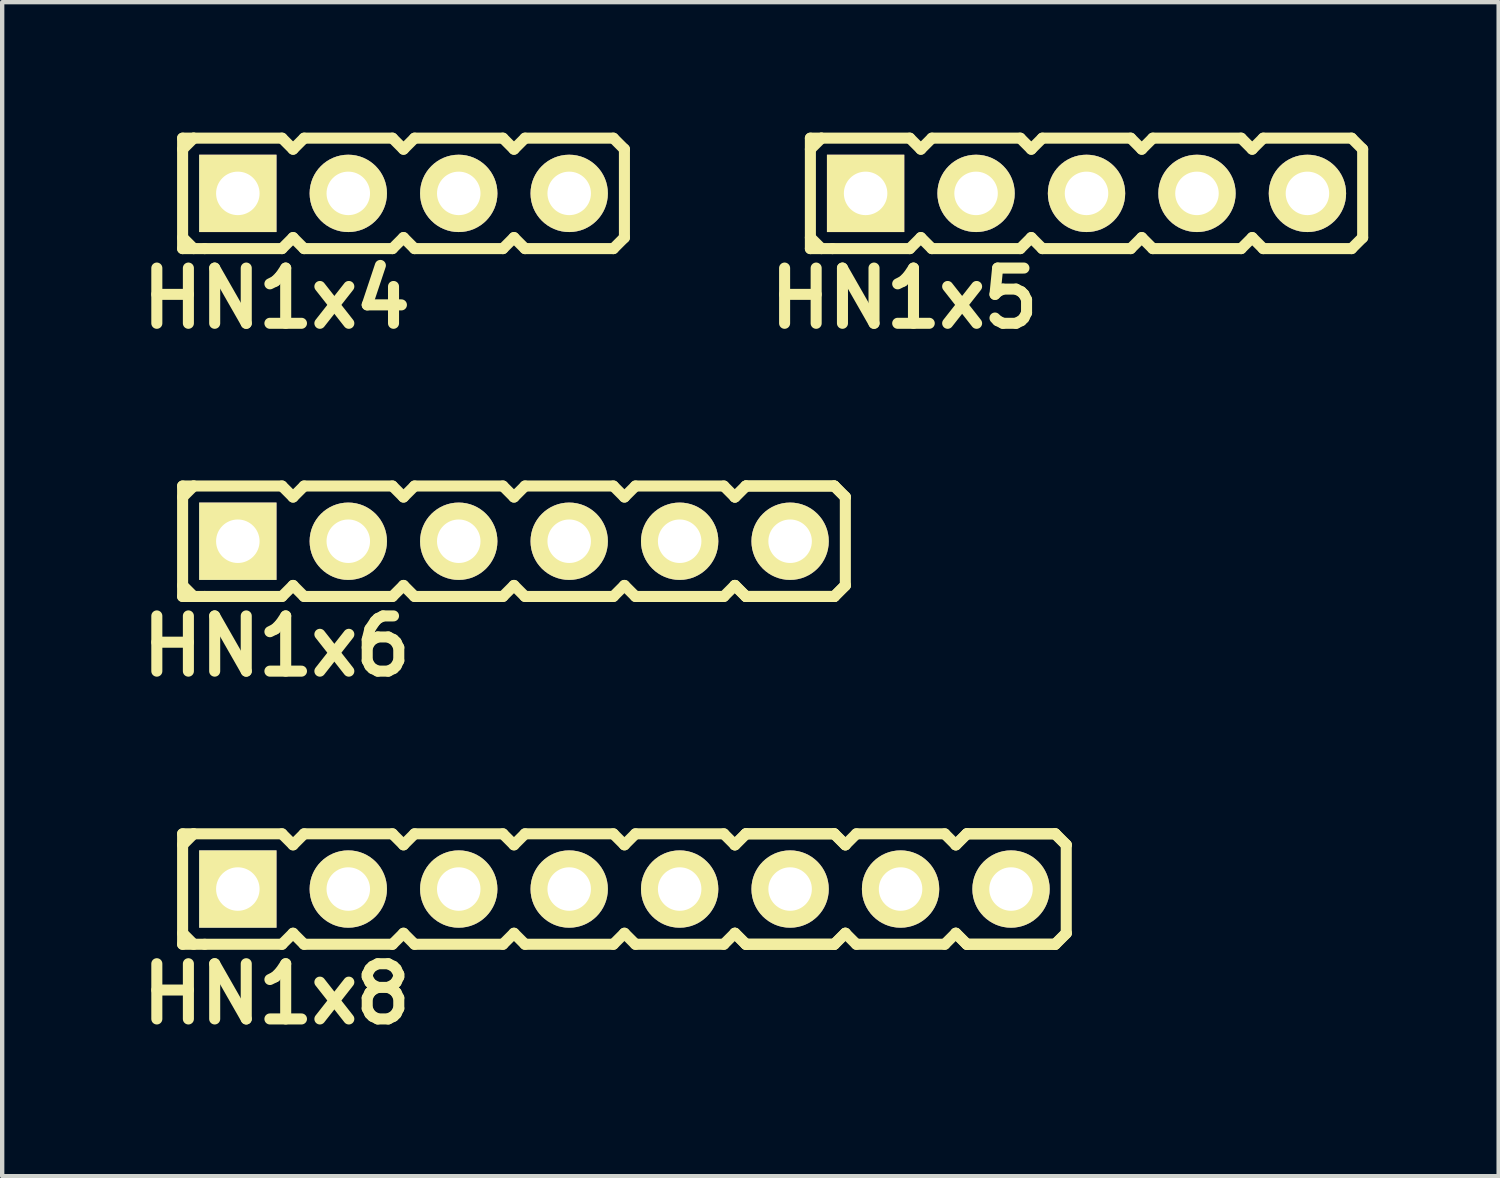
<source format=kicad_pcb>
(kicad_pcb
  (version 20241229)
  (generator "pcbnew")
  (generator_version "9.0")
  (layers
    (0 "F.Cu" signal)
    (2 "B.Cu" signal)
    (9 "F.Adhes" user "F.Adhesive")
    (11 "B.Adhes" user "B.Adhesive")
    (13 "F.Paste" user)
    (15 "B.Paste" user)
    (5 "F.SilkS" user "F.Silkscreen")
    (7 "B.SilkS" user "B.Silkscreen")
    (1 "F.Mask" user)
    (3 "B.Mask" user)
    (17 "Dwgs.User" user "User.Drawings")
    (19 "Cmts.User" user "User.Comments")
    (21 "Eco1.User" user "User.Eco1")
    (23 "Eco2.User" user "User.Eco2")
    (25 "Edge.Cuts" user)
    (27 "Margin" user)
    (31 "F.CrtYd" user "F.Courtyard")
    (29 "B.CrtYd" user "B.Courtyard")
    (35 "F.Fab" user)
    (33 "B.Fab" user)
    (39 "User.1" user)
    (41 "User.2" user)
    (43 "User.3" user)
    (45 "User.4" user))
  (footprint "HN1x4"
    (layer "F.Cu")
    (at 6.229 1.397)
    (property "Reference" "HN1x4" (at -2.921 2.413 0) (layer "F.SilkS") (effects (font (size 1.27 1.27) (thickness 0.254))))
    (attr smd)
    (fp_line (start -5.08 -1.27) (end -5.08 1.27) (stroke (width 0.254) (type solid)) (layer "F.SilkS"))
    (fp_line (start -5.08 -1.27) (end -4.826 -1.27) (stroke (width 0.254) (type solid)) (layer "F.SilkS"))
    (fp_line (start -5.08 -1.016) (end -4.826 -1.27) (stroke (width 0.254) (type solid)) (layer "F.SilkS"))
    (fp_line (start -4.826 -1.27) (end -2.794 -1.27) (stroke (width 0.254) (type solid)) (layer "F.SilkS"))
    (fp_line (start -4.826 1.27) (end -5.08 1.016) (stroke (width 0.254) (type solid)) (layer "F.SilkS"))
    (fp_line (start -4.572 1.27) (end -5.08 1.27) (stroke (width 0.254) (type solid)) (layer "F.SilkS"))
    (fp_line (start -2.794 -1.27) (end -2.54 -1.016) (stroke (width 0.254) (type solid)) (layer "F.SilkS"))
    (fp_line (start -2.794 1.27) (end -4.572 1.27) (stroke (width 0.254) (type solid)) (layer "F.SilkS"))
    (fp_line (start -2.54 -1.016) (end -2.286 -1.27) (stroke (width 0.254) (type solid)) (layer "F.SilkS"))
    (fp_line (start -2.54 1.016) (end -2.794 1.27) (stroke (width 0.254) (type solid)) (layer "F.SilkS"))
    (fp_line (start -2.286 -1.27) (end -0.254 -1.27) (stroke (width 0.254) (type solid)) (layer "F.SilkS"))
    (fp_line (start -2.286 1.27) (end -2.54 1.016) (stroke (width 0.254) (type solid)) (layer "F.SilkS"))
    (fp_line (start -0.254 -1.27) (end 0 -1.016) (stroke (width 0.254) (type solid)) (layer "F.SilkS"))
    (fp_line (start -0.254 1.27) (end -2.286 1.27) (stroke (width 0.254) (type solid)) (layer "F.SilkS"))
    (fp_line (start -0.254 1.27) (end 0 1.016) (stroke (width 0.254) (type solid)) (layer "F.SilkS"))
    (fp_line (start 0 -1.016) (end 0.254 -1.27) (stroke (width 0.254) (type solid)) (layer "F.SilkS"))
    (fp_line (start 0 1.016) (end 0.254 1.27) (stroke (width 0.254) (type solid)) (layer "F.SilkS"))
    (fp_line (start 0.254 -1.27) (end 2.286 -1.27) (stroke (width 0.254) (type solid)) (layer "F.SilkS"))
    (fp_line (start 2.286 -1.27) (end 2.54 -1.016) (stroke (width 0.254) (type solid)) (layer "F.SilkS"))
    (fp_line (start 2.286 1.27) (end 0.254 1.27) (stroke (width 0.254) (type solid)) (layer "F.SilkS"))
    (fp_line (start 2.54 -1.016) (end 2.794 -1.27) (stroke (width 0.254) (type solid)) (layer "F.SilkS"))
    (fp_line (start 2.54 1.016) (end 2.286 1.27) (stroke (width 0.254) (type solid)) (layer "F.SilkS"))
    (fp_line (start 2.794 -1.27) (end 4.826 -1.27) (stroke (width 0.254) (type solid)) (layer "F.SilkS"))
    (fp_line (start 2.794 1.27) (end 2.54 1.016) (stroke (width 0.254) (type solid)) (layer "F.SilkS"))
    (fp_line (start 4.826 -1.27) (end 5.08 -1.016) (stroke (width 0.254) (type solid)) (layer "F.SilkS"))
    (fp_line (start 4.826 1.27) (end 2.794 1.27) (stroke (width 0.254) (type solid)) (layer "F.SilkS"))
    (fp_line (start 5.08 -1.016) (end 5.08 1.016) (stroke (width 0.254) (type solid)) (layer "F.SilkS"))
    (fp_line (start 5.08 1.016) (end 4.826 1.27) (stroke (width 0.254) (type solid)) (layer "F.SilkS"))
    (pad "1" thru_hole rect (at -3.81 0) (size 1.778 1.778) (drill 1) (layers "*.Cu" "*.Mask" "F.SilkS" "B.Adhes"))
    (pad "2" thru_hole circle (at -1.27 0) (size 1.778 1.778) (drill 1) (layers "*.Cu" "*.Mask" "F.SilkS" "B.Adhes"))
    (pad "3" thru_hole circle (at 1.27 0) (size 1.778 1.778) (drill 1) (layers "*.Cu" "*.Mask" "F.SilkS" "B.Adhes"))
    (pad "4" thru_hole circle (at 3.81 0) (size 1.778 1.778) (drill 1) (layers "*.Cu" "*.Mask" "F.SilkS" "B.Adhes")))
  (footprint "HN1x5"
    (layer "F.Cu")
    (at 21.935 1.397)
    (property "Reference" "HN1x5" (at -4.191 2.413 0) (layer "F.SilkS") (effects (font (size 1.27 1.27) (thickness 0.254))))
    (attr smd)
    (fp_line (start -6.35 -1.27) (end -6.35 1.27) (stroke (width 0.254) (type solid)) (layer "F.SilkS"))
    (fp_line (start -6.35 -1.27) (end -6.096 -1.27) (stroke (width 0.254) (type solid)) (layer "F.SilkS"))
    (fp_line (start -6.35 -1.016) (end -6.096 -1.27) (stroke (width 0.254) (type solid)) (layer "F.SilkS"))
    (fp_line (start -6.096 -1.27) (end -4.064 -1.27) (stroke (width 0.254) (type solid)) (layer "F.SilkS"))
    (fp_line (start -6.096 1.27) (end -6.35 1.016) (stroke (width 0.254) (type solid)) (layer "F.SilkS"))
    (fp_line (start -5.842 1.27) (end -6.35 1.27) (stroke (width 0.254) (type solid)) (layer "F.SilkS"))
    (fp_line (start -4.064 -1.27) (end -3.81 -1.016) (stroke (width 0.254) (type solid)) (layer "F.SilkS"))
    (fp_line (start -4.064 1.27) (end -5.842 1.27) (stroke (width 0.254) (type solid)) (layer "F.SilkS"))
    (fp_line (start -3.81 -1.016) (end -3.556 -1.27) (stroke (width 0.254) (type solid)) (layer "F.SilkS"))
    (fp_line (start -3.81 1.016) (end -4.064 1.27) (stroke (width 0.254) (type solid)) (layer "F.SilkS"))
    (fp_line (start -3.556 -1.27) (end -1.524 -1.27) (stroke (width 0.254) (type solid)) (layer "F.SilkS"))
    (fp_line (start -3.556 1.27) (end -3.81 1.016) (stroke (width 0.254) (type solid)) (layer "F.SilkS"))
    (fp_line (start -1.524 -1.27) (end -1.27 -1.016) (stroke (width 0.254) (type solid)) (layer "F.SilkS"))
    (fp_line (start -1.524 1.27) (end -3.556 1.27) (stroke (width 0.254) (type solid)) (layer "F.SilkS"))
    (fp_line (start -1.524 1.27) (end -1.27 1.016) (stroke (width 0.254) (type solid)) (layer "F.SilkS"))
    (fp_line (start -1.27 -1.016) (end -1.016 -1.27) (stroke (width 0.254) (type solid)) (layer "F.SilkS"))
    (fp_line (start -1.27 1.016) (end -1.016 1.27) (stroke (width 0.254) (type solid)) (layer "F.SilkS"))
    (fp_line (start -1.016 -1.27) (end 1.016 -1.27) (stroke (width 0.254) (type solid)) (layer "F.SilkS"))
    (fp_line (start 1.016 -1.27) (end 1.27 -1.016) (stroke (width 0.254) (type solid)) (layer "F.SilkS"))
    (fp_line (start 1.016 1.27) (end -1.016 1.27) (stroke (width 0.254) (type solid)) (layer "F.SilkS"))
    (fp_line (start 1.27 -1.016) (end 1.524 -1.27) (stroke (width 0.254) (type solid)) (layer "F.SilkS"))
    (fp_line (start 1.27 1.016) (end 1.016 1.27) (stroke (width 0.254) (type solid)) (layer "F.SilkS"))
    (fp_line (start 1.524 -1.27) (end 3.556 -1.27) (stroke (width 0.254) (type solid)) (layer "F.SilkS"))
    (fp_line (start 1.524 1.27) (end 1.27 1.016) (stroke (width 0.254) (type solid)) (layer "F.SilkS"))
    (fp_line (start 3.556 -1.27) (end 3.81 -1.016) (stroke (width 0.254) (type solid)) (layer "F.SilkS"))
    (fp_line (start 3.556 1.27) (end 1.524 1.27) (stroke (width 0.254) (type solid)) (layer "F.SilkS"))
    (fp_line (start 3.81 -1.016) (end 4.064 -1.27) (stroke (width 0.254) (type solid)) (layer "F.SilkS"))
    (fp_line (start 3.81 1.016) (end 3.556 1.27) (stroke (width 0.254) (type solid)) (layer "F.SilkS"))
    (fp_line (start 4.064 -1.27) (end 6.096 -1.27) (stroke (width 0.254) (type solid)) (layer "F.SilkS"))
    (fp_line (start 4.064 1.27) (end 3.81 1.016) (stroke (width 0.254) (type solid)) (layer "F.SilkS"))
    (fp_line (start 6.096 -1.27) (end 6.35 -1.016) (stroke (width 0.254) (type solid)) (layer "F.SilkS"))
    (fp_line (start 6.096 1.27) (end 4.064 1.27) (stroke (width 0.254) (type solid)) (layer "F.SilkS"))
    (fp_line (start 6.35 -1.016) (end 6.35 1.016) (stroke (width 0.254) (type solid)) (layer "F.SilkS"))
    (fp_line (start 6.35 1.016) (end 6.096 1.27) (stroke (width 0.254) (type solid)) (layer "F.SilkS"))
    (pad "1" thru_hole rect (at -5.08 0) (size 1.778 1.778) (drill 1) (layers "*.Cu" "*.Mask" "F.SilkS" "B.Adhes"))
    (pad "2" thru_hole circle (at -2.54 0) (size 1.778 1.778) (drill 1) (layers "*.Cu" "*.Mask" "F.SilkS" "B.Adhes"))
    (pad "3" thru_hole circle (at 0 0) (size 1.778 1.778) (drill 1) (layers "*.Cu" "*.Mask" "F.SilkS" "B.Adhes"))
    (pad "4" thru_hole circle (at 2.54 0) (size 1.778 1.778) (drill 1) (layers "*.Cu" "*.Mask" "F.SilkS" "B.Adhes"))
    (pad "5" thru_hole circle (at 5.08 0) (size 1.778 1.778) (drill 1) (layers "*.Cu" "*.Mask" "F.SilkS" "B.Adhes")))
  (footprint "HN1x8"
    (layer "F.Cu")
    (at 11.309 17.394)
    (property "Reference" "HN1x8" (at -8.001 2.413 0) (layer "F.SilkS") (effects (font (size 1.27 1.27) (thickness 0.254))))
    (attr smd)
    (fp_line (start -10.16 -1.27) (end -10.16 1.27) (stroke (width 0.254) (type solid)) (layer "F.SilkS"))
    (fp_line (start -10.16 -1.27) (end -9.906 -1.27) (stroke (width 0.254) (type solid)) (layer "F.SilkS"))
    (fp_line (start -10.16 -1.016) (end -9.906 -1.27) (stroke (width 0.254) (type solid)) (layer "F.SilkS"))
    (fp_line (start -9.906 -1.27) (end -7.874 -1.27) (stroke (width 0.254) (type solid)) (layer "F.SilkS"))
    (fp_line (start -9.906 1.27) (end -10.16 1.016) (stroke (width 0.254) (type solid)) (layer "F.SilkS"))
    (fp_line (start -9.652 1.27) (end -10.16 1.27) (stroke (width 0.254) (type solid)) (layer "F.SilkS"))
    (fp_line (start -7.874 -1.27) (end -7.62 -1.016) (stroke (width 0.254) (type solid)) (layer "F.SilkS"))
    (fp_line (start -7.874 1.27) (end -9.652 1.27) (stroke (width 0.254) (type solid)) (layer "F.SilkS"))
    (fp_line (start -7.62 -1.016) (end -7.366 -1.27) (stroke (width 0.254) (type solid)) (layer "F.SilkS"))
    (fp_line (start -7.62 1.016) (end -7.874 1.27) (stroke (width 0.254) (type solid)) (layer "F.SilkS"))
    (fp_line (start -7.366 -1.27) (end -5.334 -1.27) (stroke (width 0.254) (type solid)) (layer "F.SilkS"))
    (fp_line (start -7.366 1.27) (end -7.62 1.016) (stroke (width 0.254) (type solid)) (layer "F.SilkS"))
    (fp_line (start -5.334 -1.27) (end -5.08 -1.016) (stroke (width 0.254) (type solid)) (layer "F.SilkS"))
    (fp_line (start -5.334 1.27) (end -7.366 1.27) (stroke (width 0.254) (type solid)) (layer "F.SilkS"))
    (fp_line (start -5.334 1.27) (end -5.08 1.016) (stroke (width 0.254) (type solid)) (layer "F.SilkS"))
    (fp_line (start -5.08 -1.016) (end -4.826 -1.27) (stroke (width 0.254) (type solid)) (layer "F.SilkS"))
    (fp_line (start -5.08 1.016) (end -4.826 1.27) (stroke (width 0.254) (type solid)) (layer "F.SilkS"))
    (fp_line (start -4.826 -1.27) (end -2.794 -1.27) (stroke (width 0.254) (type solid)) (layer "F.SilkS"))
    (fp_line (start -2.794 -1.27) (end -2.54 -1.016) (stroke (width 0.254) (type solid)) (layer "F.SilkS"))
    (fp_line (start -2.794 1.27) (end -4.826 1.27) (stroke (width 0.254) (type solid)) (layer "F.SilkS"))
    (fp_line (start -2.54 -1.016) (end -2.286 -1.27) (stroke (width 0.254) (type solid)) (layer "F.SilkS"))
    (fp_line (start -2.54 1.016) (end -2.794 1.27) (stroke (width 0.254) (type solid)) (layer "F.SilkS"))
    (fp_line (start -2.286 -1.27) (end -0.254 -1.27) (stroke (width 0.254) (type solid)) (layer "F.SilkS"))
    (fp_line (start -2.286 1.27) (end -2.54 1.016) (stroke (width 0.254) (type solid)) (layer "F.SilkS"))
    (fp_line (start -0.254 -1.27) (end 0 -1.016) (stroke (width 0.254) (type solid)) (layer "F.SilkS"))
    (fp_line (start -0.254 1.27) (end -2.286 1.27) (stroke (width 0.254) (type solid)) (layer "F.SilkS"))
    (fp_line (start 0 -1.016) (end 0.254 -1.27) (stroke (width 0.254) (type solid)) (layer "F.SilkS"))
    (fp_line (start 0 1.016) (end -0.254 1.27) (stroke (width 0.254) (type solid)) (layer "F.SilkS"))
    (fp_line (start 0.254 -1.27) (end 2.286 -1.27) (stroke (width 0.254) (type solid)) (layer "F.SilkS"))
    (fp_line (start 0.254 1.27) (end 0 1.016) (stroke (width 0.254) (type solid)) (layer "F.SilkS"))
    (fp_line (start 2.286 -1.27) (end 2.54 -1.016) (stroke (width 0.254) (type solid)) (layer "F.SilkS"))
    (fp_line (start 2.286 1.27) (end 0.254 1.27) (stroke (width 0.254) (type solid)) (layer "F.SilkS"))
    (fp_line (start 2.54 -1.016) (end 2.794 -1.27) (stroke (width 0.254) (type solid)) (layer "F.SilkS"))
    (fp_line (start 2.54 -1.016) (end 2.794 -1.27) (stroke (width 0.254) (type solid)) (layer "F.SilkS"))
    (fp_line (start 2.54 1.016) (end 2.286 1.27) (stroke (width 0.254) (type solid)) (layer "F.SilkS"))
    (fp_line (start 2.794 -1.27) (end 4.826 -1.27) (stroke (width 0.254) (type solid)) (layer "F.SilkS"))
    (fp_line (start 2.794 -1.27) (end 4.826 -1.27) (stroke (width 0.254) (type solid)) (layer "F.SilkS"))
    (fp_line (start 2.794 1.27) (end 2.54 1.016) (stroke (width 0.254) (type solid)) (layer "F.SilkS"))
    (fp_line (start 2.794 1.27) (end 2.54 1.016) (stroke (width 0.254) (type solid)) (layer "F.SilkS"))
    (fp_line (start 4.826 -1.27) (end 5.08 -1.016) (stroke (width 0.254) (type solid)) (layer "F.SilkS"))
    (fp_line (start 4.826 -1.27) (end 5.08 -1.016) (stroke (width 0.254) (type solid)) (layer "F.SilkS"))
    (fp_line (start 4.826 1.27) (end 2.794 1.27) (stroke (width 0.254) (type solid)) (layer "F.SilkS"))
    (fp_line (start 4.826 1.27) (end 2.794 1.27) (stroke (width 0.254) (type solid)) (layer "F.SilkS"))
    (fp_line (start 5.08 -1.016) (end 5.334 -1.27) (stroke (width 0.254) (type solid)) (layer "F.SilkS"))
    (fp_line (start 5.08 1.016) (end 4.826 1.27) (stroke (width 0.254) (type solid)) (layer "F.SilkS"))
    (fp_line (start 5.08 1.016) (end 4.826 1.27) (stroke (width 0.254) (type solid)) (layer "F.SilkS"))
    (fp_line (start 5.334 -1.27) (end 7.366 -1.27) (stroke (width 0.254) (type solid)) (layer "F.SilkS"))
    (fp_line (start 5.334 1.27) (end 5.08 1.016) (stroke (width 0.254) (type solid)) (layer "F.SilkS"))
    (fp_line (start 7.366 -1.27) (end 7.62 -1.016) (stroke (width 0.254) (type solid)) (layer "F.SilkS"))
    (fp_line (start 7.366 1.27) (end 5.334 1.27) (stroke (width 0.254) (type solid)) (layer "F.SilkS"))
    (fp_line (start 7.62 -1.016) (end 7.874 -1.27) (stroke (width 0.254) (type solid)) (layer "F.SilkS"))
    (fp_line (start 7.62 -1.016) (end 7.874 -1.27) (stroke (width 0.254) (type solid)) (layer "F.SilkS"))
    (fp_line (start 7.62 1.016) (end 7.366 1.27) (stroke (width 0.254) (type solid)) (layer "F.SilkS"))
    (fp_line (start 7.874 -1.27) (end 9.906 -1.27) (stroke (width 0.254) (type solid)) (layer "F.SilkS"))
    (fp_line (start 7.874 -1.27) (end 9.906 -1.27) (stroke (width 0.254) (type solid)) (layer "F.SilkS"))
    (fp_line (start 7.874 1.27) (end 7.62 1.016) (stroke (width 0.254) (type solid)) (layer "F.SilkS"))
    (fp_line (start 7.874 1.27) (end 7.62 1.016) (stroke (width 0.254) (type solid)) (layer "F.SilkS"))
    (fp_line (start 9.906 -1.27) (end 10.16 -1.016) (stroke (width 0.254) (type solid)) (layer "F.SilkS"))
    (fp_line (start 9.906 -1.27) (end 10.16 -1.016) (stroke (width 0.254) (type solid)) (layer "F.SilkS"))
    (fp_line (start 9.906 1.27) (end 7.874 1.27) (stroke (width 0.254) (type solid)) (layer "F.SilkS"))
    (fp_line (start 9.906 1.27) (end 7.874 1.27) (stroke (width 0.254) (type solid)) (layer "F.SilkS"))
    (fp_line (start 10.16 -1.016) (end 10.16 1.016) (stroke (width 0.254) (type solid)) (layer "F.SilkS"))
    (fp_line (start 10.16 1.016) (end 9.906 1.27) (stroke (width 0.254) (type solid)) (layer "F.SilkS"))
    (fp_line (start 10.16 1.016) (end 9.906 1.27) (stroke (width 0.254) (type solid)) (layer "F.SilkS"))
    (pad "1" thru_hole rect (at -8.89 0) (size 1.778 1.778) (drill 1) (layers "*.Cu" "*.Mask" "F.SilkS" "B.Adhes"))
    (pad "2" thru_hole circle (at -6.35 0) (size 1.778 1.778) (drill 1) (layers "*.Cu" "*.Mask" "F.SilkS" "B.Adhes"))
    (pad "3" thru_hole circle (at -3.81 0) (size 1.778 1.778) (drill 1) (layers "*.Cu" "*.Mask" "F.SilkS" "B.Adhes"))
    (pad "4" thru_hole circle (at -1.27 0) (size 1.778 1.778) (drill 1) (layers "*.Cu" "*.Mask" "F.SilkS" "B.Adhes"))
    (pad "5" thru_hole circle (at 1.27 0) (size 1.778 1.778) (drill 1) (layers "*.Cu" "*.Mask" "F.SilkS" "B.Adhes"))
    (pad "6" thru_hole circle (at 3.81 0) (size 1.778 1.778) (drill 1) (layers "*.Cu" "*.Mask" "F.SilkS" "B.Adhes"))
    (pad "7" thru_hole circle (at 6.35 0) (size 1.778 1.778) (drill 1) (layers "*.Cu" "*.Mask" "F.SilkS" "B.Adhes"))
    (pad "8" thru_hole circle (at 8.89 0) (size 1.778 1.778) (drill 1) (layers "*.Cu" "*.Mask" "F.SilkS" "B.Adhes")))
  (footprint "HN1x6"
    (layer "F.Cu")
    (at 8.769 9.396)
    (property "Reference" "HN1x6" (at -5.461 2.413 0) (layer "F.SilkS") (effects (font (size 1.27 1.27) (thickness 0.254))))
    (attr smd)
    (fp_line (start -7.62 -1.27) (end -7.62 1.27) (stroke (width 0.254) (type solid)) (layer "F.SilkS"))
    (fp_line (start -7.62 -1.27) (end -7.366 -1.27) (stroke (width 0.254) (type solid)) (layer "F.SilkS"))
    (fp_line (start -7.62 -1.016) (end -7.366 -1.27) (stroke (width 0.254) (type solid)) (layer "F.SilkS"))
    (fp_line (start -7.366 -1.27) (end -5.334 -1.27) (stroke (width 0.254) (type solid)) (layer "F.SilkS"))
    (fp_line (start -7.366 1.27) (end -7.62 1.016) (stroke (width 0.254) (type solid)) (layer "F.SilkS"))
    (fp_line (start -7.112 1.27) (end -7.62 1.27) (stroke (width 0.254) (type solid)) (layer "F.SilkS"))
    (fp_line (start -5.334 -1.27) (end -5.08 -1.016) (stroke (width 0.254) (type solid)) (layer "F.SilkS"))
    (fp_line (start -5.334 1.27) (end -7.112 1.27) (stroke (width 0.254) (type solid)) (layer "F.SilkS"))
    (fp_line (start -5.08 -1.016) (end -4.826 -1.27) (stroke (width 0.254) (type solid)) (layer "F.SilkS"))
    (fp_line (start -5.08 1.016) (end -5.334 1.27) (stroke (width 0.254) (type solid)) (layer "F.SilkS"))
    (fp_line (start -4.826 -1.27) (end -2.794 -1.27) (stroke (width 0.254) (type solid)) (layer "F.SilkS"))
    (fp_line (start -4.826 1.27) (end -5.08 1.016) (stroke (width 0.254) (type solid)) (layer "F.SilkS"))
    (fp_line (start -2.794 -1.27) (end -2.54 -1.016) (stroke (width 0.254) (type solid)) (layer "F.SilkS"))
    (fp_line (start -2.794 1.27) (end -4.826 1.27) (stroke (width 0.254) (type solid)) (layer "F.SilkS"))
    (fp_line (start -2.794 1.27) (end -2.54 1.016) (stroke (width 0.254) (type solid)) (layer "F.SilkS"))
    (fp_line (start -2.54 -1.016) (end -2.286 -1.27) (stroke (width 0.254) (type solid)) (layer "F.SilkS"))
    (fp_line (start -2.54 1.016) (end -2.286 1.27) (stroke (width 0.254) (type solid)) (layer "F.SilkS"))
    (fp_line (start -2.286 -1.27) (end -0.254 -1.27) (stroke (width 0.254) (type solid)) (layer "F.SilkS"))
    (fp_line (start -0.254 -1.27) (end 0 -1.016) (stroke (width 0.254) (type solid)) (layer "F.SilkS"))
    (fp_line (start -0.254 1.27) (end -2.286 1.27) (stroke (width 0.254) (type solid)) (layer "F.SilkS"))
    (fp_line (start 0 -1.016) (end 0.254 -1.27) (stroke (width 0.254) (type solid)) (layer "F.SilkS"))
    (fp_line (start 0 1.016) (end -0.254 1.27) (stroke (width 0.254) (type solid)) (layer "F.SilkS"))
    (fp_line (start 0.254 -1.27) (end 2.286 -1.27) (stroke (width 0.254) (type solid)) (layer "F.SilkS"))
    (fp_line (start 0.254 1.27) (end 0 1.016) (stroke (width 0.254) (type solid)) (layer "F.SilkS"))
    (fp_line (start 2.286 -1.27) (end 2.54 -1.016) (stroke (width 0.254) (type solid)) (layer "F.SilkS"))
    (fp_line (start 2.286 1.27) (end 0.254 1.27) (stroke (width 0.254) (type solid)) (layer "F.SilkS"))
    (fp_line (start 2.54 -1.016) (end 2.794 -1.27) (stroke (width 0.254) (type solid)) (layer "F.SilkS"))
    (fp_line (start 2.54 1.016) (end 2.286 1.27) (stroke (width 0.254) (type solid)) (layer "F.SilkS"))
    (fp_line (start 2.794 -1.27) (end 4.826 -1.27) (stroke (width 0.254) (type solid)) (layer "F.SilkS"))
    (fp_line (start 2.794 1.27) (end 2.54 1.016) (stroke (width 0.254) (type solid)) (layer "F.SilkS"))
    (fp_line (start 4.826 -1.27) (end 5.08 -1.016) (stroke (width 0.254) (type solid)) (layer "F.SilkS"))
    (fp_line (start 4.826 1.27) (end 2.794 1.27) (stroke (width 0.254) (type solid)) (layer "F.SilkS"))
    (fp_line (start 5.08 -1.016) (end 5.334 -1.27) (stroke (width 0.254) (type solid)) (layer "F.SilkS"))
    (fp_line (start 5.08 -1.016) (end 5.334 -1.27) (stroke (width 0.254) (type solid)) (layer "F.SilkS"))
    (fp_line (start 5.08 1.016) (end 4.826 1.27) (stroke (width 0.254) (type solid)) (layer "F.SilkS"))
    (fp_line (start 5.334 -1.27) (end 7.366 -1.27) (stroke (width 0.254) (type solid)) (layer "F.SilkS"))
    (fp_line (start 5.334 -1.27) (end 7.366 -1.27) (stroke (width 0.254) (type solid)) (layer "F.SilkS"))
    (fp_line (start 5.334 1.27) (end 5.08 1.016) (stroke (width 0.254) (type solid)) (layer "F.SilkS"))
    (fp_line (start 5.334 1.27) (end 5.08 1.016) (stroke (width 0.254) (type solid)) (layer "F.SilkS"))
    (fp_line (start 7.366 -1.27) (end 7.62 -1.016) (stroke (width 0.254) (type solid)) (layer "F.SilkS"))
    (fp_line (start 7.366 -1.27) (end 7.62 -1.016) (stroke (width 0.254) (type solid)) (layer "F.SilkS"))
    (fp_line (start 7.366 1.27) (end 5.334 1.27) (stroke (width 0.254) (type solid)) (layer "F.SilkS"))
    (fp_line (start 7.366 1.27) (end 5.334 1.27) (stroke (width 0.254) (type solid)) (layer "F.SilkS"))
    (fp_line (start 7.62 -1.016) (end 7.62 1.016) (stroke (width 0.254) (type solid)) (layer "F.SilkS"))
    (fp_line (start 7.62 1.016) (end 7.366 1.27) (stroke (width 0.254) (type solid)) (layer "F.SilkS"))
    (fp_line (start 7.62 1.016) (end 7.366 1.27) (stroke (width 0.254) (type solid)) (layer "F.SilkS"))
    (pad "1" thru_hole rect (at -6.35 0) (size 1.778 1.778) (drill 1) (layers "*.Cu" "*.Mask" "F.SilkS" "B.Adhes"))
    (pad "2" thru_hole circle (at -3.81 0) (size 1.778 1.778) (drill 1) (layers "*.Cu" "*.Mask" "F.SilkS" "B.Adhes"))
    (pad "3" thru_hole circle (at -1.27 0) (size 1.778 1.778) (drill 1) (layers "*.Cu" "*.Mask" "F.SilkS" "B.Adhes"))
    (pad "4" thru_hole circle (at 1.27 0) (size 1.778 1.778) (drill 1) (layers "*.Cu" "*.Mask" "F.SilkS" "B.Adhes"))
    (pad "5" thru_hole circle (at 3.81 0) (size 1.778 1.778) (drill 1) (layers "*.Cu" "*.Mask" "F.SilkS" "B.Adhes"))
    (pad "6" thru_hole circle (at 6.35 0) (size 1.778 1.778) (drill 1) (layers "*.Cu" "*.Mask" "F.SilkS" "B.Adhes")))
  (gr_rect
    (start -3 -3)
    (end 31.412 23.996)
    (stroke (width 0.1) (type default))
    (fill no)
    (layer "Edge.Cuts")))
</source>
